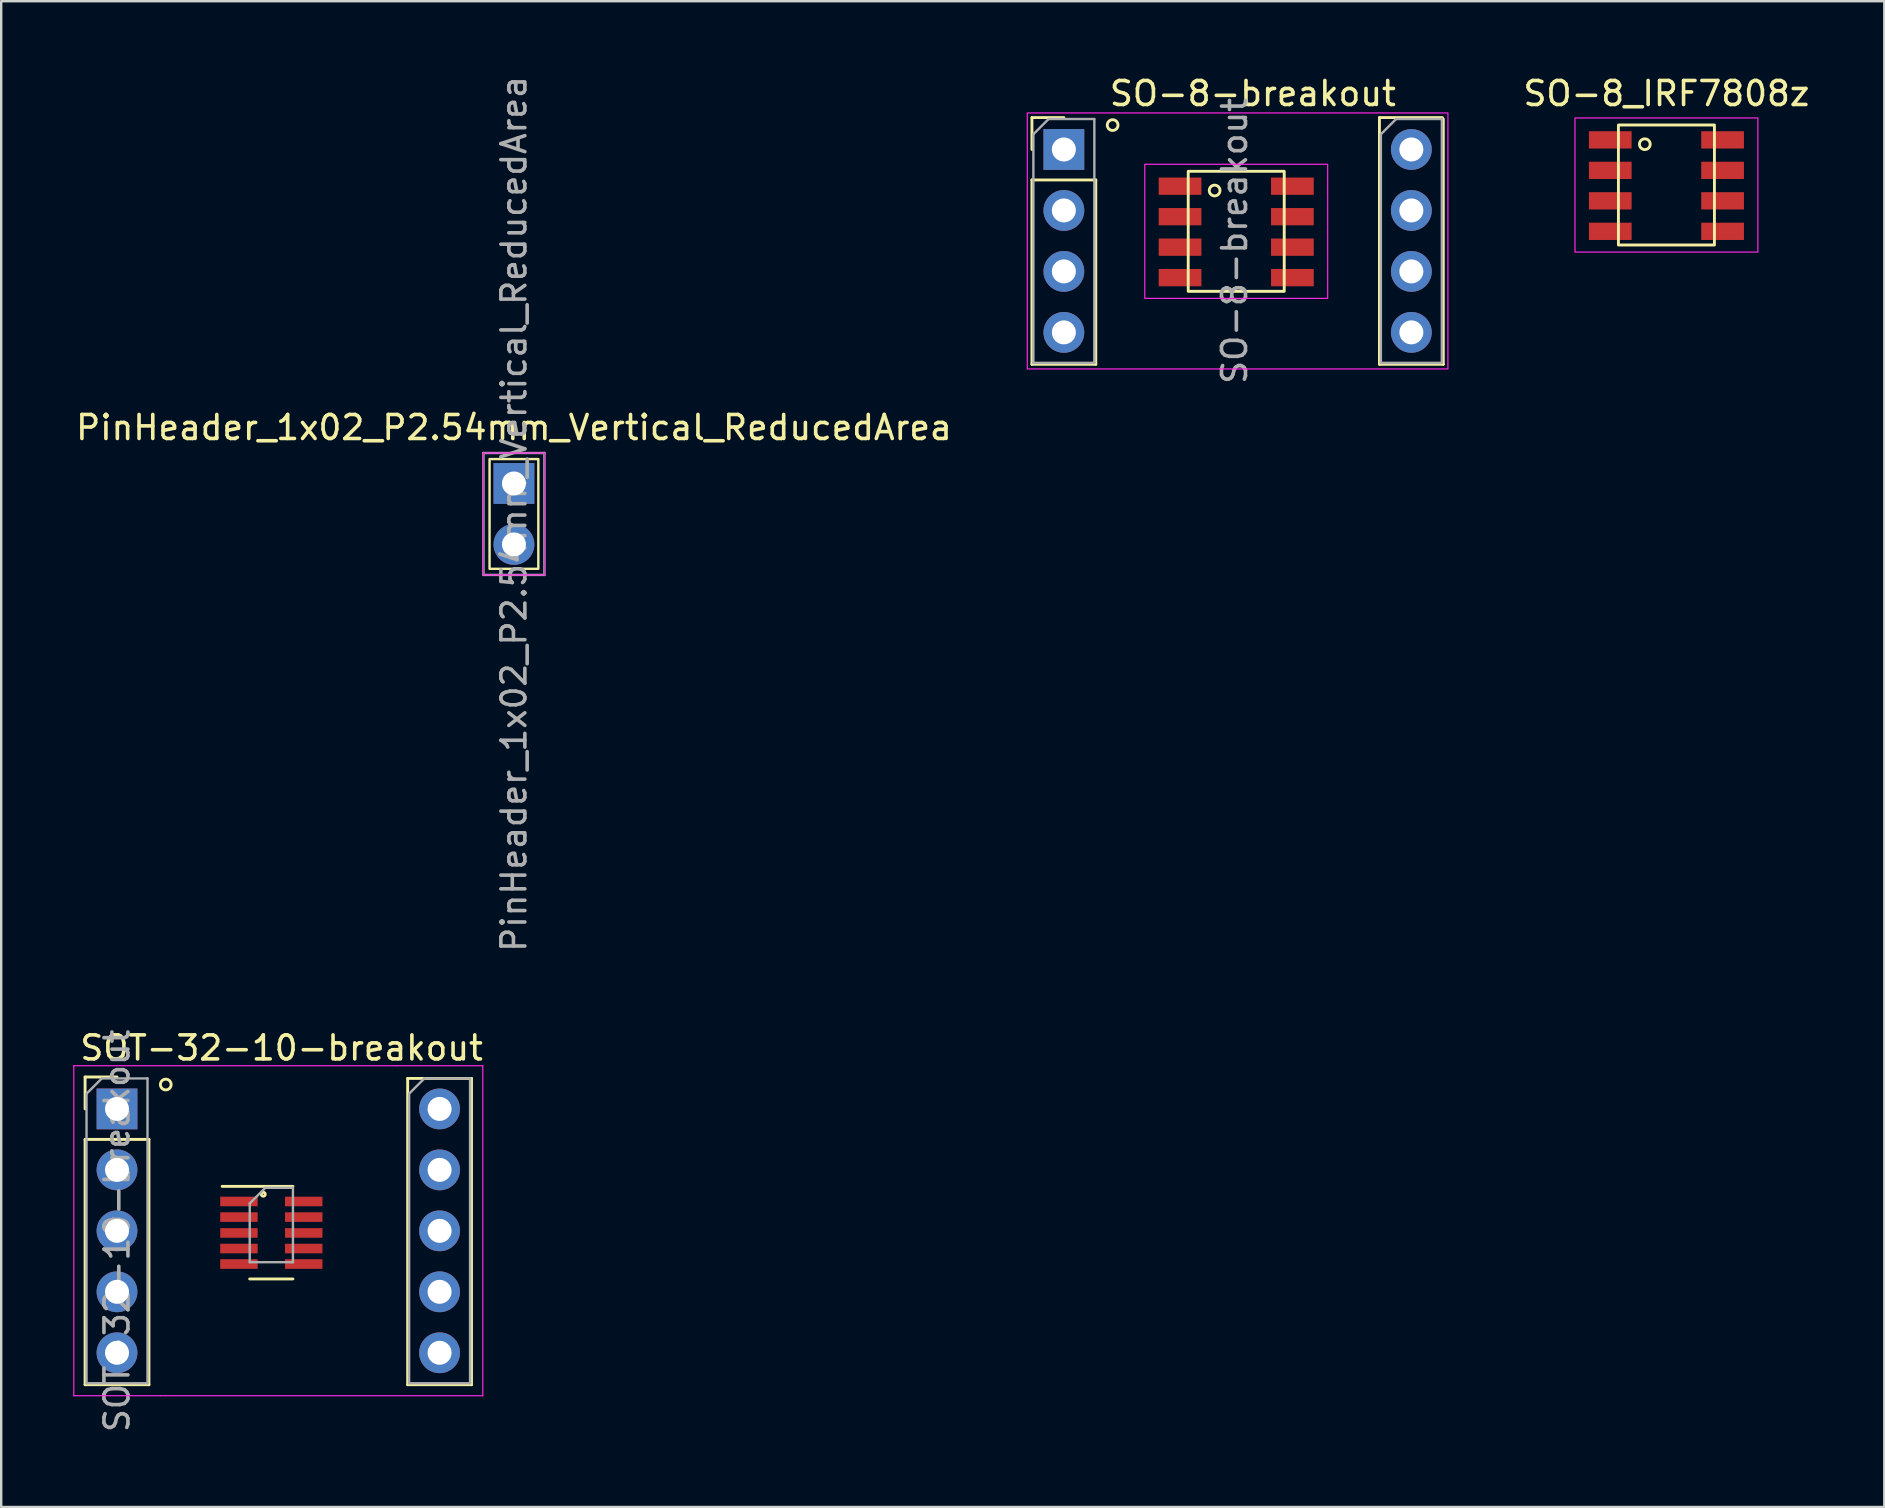
<source format=kicad_pcb>
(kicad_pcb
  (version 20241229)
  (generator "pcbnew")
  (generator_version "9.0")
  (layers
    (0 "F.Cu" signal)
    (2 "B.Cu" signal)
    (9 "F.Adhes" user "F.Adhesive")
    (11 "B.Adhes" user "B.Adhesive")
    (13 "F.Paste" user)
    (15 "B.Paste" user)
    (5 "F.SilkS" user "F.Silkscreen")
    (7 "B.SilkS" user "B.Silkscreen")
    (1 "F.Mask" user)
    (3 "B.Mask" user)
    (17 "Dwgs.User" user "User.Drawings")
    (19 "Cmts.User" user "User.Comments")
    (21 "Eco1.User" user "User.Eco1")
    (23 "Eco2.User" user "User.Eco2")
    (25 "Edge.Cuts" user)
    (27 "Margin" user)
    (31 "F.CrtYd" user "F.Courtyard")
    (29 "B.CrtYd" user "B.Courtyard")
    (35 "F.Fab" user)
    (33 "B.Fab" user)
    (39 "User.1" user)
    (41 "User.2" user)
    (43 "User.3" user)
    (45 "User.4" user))
  (footprint "SO-8_IRF7808z"
    (layer "F.Cu")
    (at 66.38 4.658)
    (property "Reference" "SO-8_IRF7808z" (at 0 -3.81 0) (unlocked yes) (layer "F.SilkS") (effects (font (size 1 1) (thickness 0.15))))
    (attr smd)
    (fp_rect (start -2 -2.5) (end 2 2.5) (stroke (width 0.12) (type solid)) (fill no) (layer "F.SilkS"))
    (fp_circle (center -0.9 -1.7) (end -0.8 -1.5) (stroke (width 0.12) (type solid)) (fill no) (layer "F.SilkS"))
    (fp_rect (start -3.81 2.794) (end 3.81 -2.794) (stroke (width 0.05) (type default)) (fill no) (layer "F.CrtYd"))
    (pad "1" smd rect (at -2.34 -1.88) (size 1.78 0.72) (layers "F.Cu" "F.Mask" "F.Paste"))
    (pad "1" smd rect (at -2.34 -0.61) (size 1.78 0.72) (layers "F.Cu" "F.Mask" "F.Paste"))
    (pad "1" smd rect (at -2.34 0.66) (size 1.78 0.72) (layers "F.Cu" "F.Mask" "F.Paste"))
    (pad "4" smd rect (at -2.34 1.93) (size 1.78 0.72) (layers "F.Cu" "F.Mask" "F.Paste"))
    (pad "5" smd rect (at 2.34 -1.88) (size 1.78 0.72) (layers "F.Cu" "F.Mask" "F.Paste"))
    (pad "5" smd rect (at 2.34 -0.61) (size 1.78 0.72) (layers "F.Cu" "F.Mask" "F.Paste"))
    (pad "5" smd rect (at 2.34 0.66) (size 1.78 0.72) (layers "F.Cu" "F.Mask" "F.Paste"))
    (pad "5" smd rect (at 2.34 1.93) (size 1.78 0.72) (layers "F.Cu" "F.Mask" "F.Paste")))
  (footprint "SOT-32-10-breakout"
    (layer "F.Cu")
    (at 1.825 43.152)
    (property "Reference" "SOT-32-10-breakout" (at 6.858 -2.54 0) (layer "F.SilkS") (effects (font (size 1 1) (thickness 0.15))))
    (attr through_hole)
    (fp_line (start -1.33 -1.33) (end 0 -1.33) (stroke (width 0.12) (type solid)) (layer "F.SilkS"))
    (fp_line (start -1.33 0) (end -1.33 -1.33) (stroke (width 0.12) (type solid)) (layer "F.SilkS"))
    (fp_line (start -1.33 1.27) (end -1.33 11.49) (stroke (width 0.12) (type solid)) (layer "F.SilkS"))
    (fp_line (start -1.33 1.27) (end 1.33 1.27) (stroke (width 0.12) (type solid)) (layer "F.SilkS"))
    (fp_line (start -1.33 11.49) (end 1.33 11.49) (stroke (width 0.12) (type solid)) (layer "F.SilkS"))
    (fp_line (start 1.33 1.27) (end 1.33 11.49) (stroke (width 0.12) (type solid)) (layer "F.SilkS"))
    (fp_line (start 5.528 7.084) (end 7.328 7.084) (stroke (width 0.12) (type solid)) (layer "F.SilkS"))
    (fp_line (start 7.33 3.227) (end 4.38 3.227) (stroke (width 0.12) (type solid)) (layer "F.SilkS"))
    (fp_line (start 12.11 -1.27) (end 12.11 11.49) (stroke (width 0.12) (type solid)) (layer "F.SilkS"))
    (fp_line (start 12.11 -1.27) (end 14.77 -1.27) (stroke (width 0.12) (type solid)) (layer "F.SilkS"))
    (fp_line (start 12.11 11.49) (end 14.77 11.49) (stroke (width 0.12) (type solid)) (layer "F.SilkS"))
    (fp_line (start 14.77 -1.27) (end 14.77 11.49) (stroke (width 0.12) (type solid)) (layer "F.SilkS"))
    (fp_circle (center 2.032 -1.016) (end 2.132 -0.816) (stroke (width 0.12) (type solid)) (fill no) (layer "F.SilkS"))
    (fp_circle (center 6.096 3.556) (end 6.118 3.556) (stroke (width 0.12) (type solid)) (fill no) (layer "F.SilkS"))
    (fp_line (start -1.8 -1.8) (end -1.8 11.95) (stroke (width 0.05) (type solid)) (layer "F.CrtYd"))
    (fp_line (start -1.8 11.95) (end 1.8 11.95) (stroke (width 0.05) (type solid)) (layer "F.CrtYd"))
    (fp_line (start 1.8 11.95) (end 15.24 11.95) (stroke (width 0.05) (type solid)) (layer "F.CrtYd"))
    (fp_line (start 11.64 -1.8) (end -1.8 -1.8) (stroke (width 0.05) (type solid)) (layer "F.CrtYd"))
    (fp_line (start 15.24 -1.8) (end 11.64 -1.8) (stroke (width 0.05) (type solid)) (layer "F.CrtYd"))
    (fp_line (start 15.24 11.95) (end 15.24 -1.8) (stroke (width 0.05) (type solid)) (layer "F.CrtYd"))
    (fp_line (start -1.27 -0.635) (end -0.635 -1.27) (stroke (width 0.1) (type solid)) (layer "F.Fab"))
    (fp_line (start -1.27 11.43) (end -1.27 -0.635) (stroke (width 0.1) (type solid)) (layer "F.Fab"))
    (fp_line (start -0.635 -1.27) (end 1.27 -1.27) (stroke (width 0.1) (type solid)) (layer "F.Fab"))
    (fp_line (start 1.27 -1.27) (end 1.27 11.43) (stroke (width 0.1) (type solid)) (layer "F.Fab"))
    (fp_line (start 1.27 11.43) (end -1.27 11.43) (stroke (width 0.1) (type solid)) (layer "F.Fab"))
    (fp_line (start 5.53 3.937) (end 5.53 6.387) (stroke (width 0.1) (type solid)) (layer "F.Fab"))
    (fp_line (start 5.53 3.937) (end 6.18 3.287) (stroke (width 0.1) (type solid)) (layer "F.Fab"))
    (fp_line (start 7.33 3.287) (end 6.18 3.287) (stroke (width 0.1) (type solid)) (layer "F.Fab"))
    (fp_line (start 7.33 3.287) (end 7.33 6.387) (stroke (width 0.1) (type solid)) (layer "F.Fab"))
    (fp_line (start 7.33 6.387) (end 5.53 6.387) (stroke (width 0.1) (type solid)) (layer "F.Fab"))
    (fp_line (start 12.17 -0.635) (end 12.805 -1.27) (stroke (width 0.1) (type solid)) (layer "F.Fab"))
    (fp_line (start 12.17 11.43) (end 12.17 -0.635) (stroke (width 0.1) (type solid)) (layer "F.Fab"))
    (fp_line (start 12.805 -1.27) (end 14.71 -1.27) (stroke (width 0.1) (type solid)) (layer "F.Fab"))
    (fp_line (start 14.71 -1.27) (end 14.71 11.43) (stroke (width 0.1) (type solid)) (layer "F.Fab"))
    (fp_line (start 14.71 11.43) (end 12.17 11.43) (stroke (width 0.1) (type solid)) (layer "F.Fab"))
    (fp_text user "${REFERENCE}" (at 0 5.08 90) (layer "F.Fab") (effects (font (size 1 1) (thickness 0.15))))
    (pad "1" thru_hole rect (at 0 0) (size 1.7 1.7) (drill 1) (layers "*.Cu" "*.Mask"))
    (pad "1" smd rect (at 5.08 3.857) (size 1.56 0.4) (layers "F.Cu" "F.Mask" "F.Paste"))
    (pad "2" thru_hole oval (at 0 2.54) (size 1.7 1.7) (drill 1) (layers "*.Cu" "*.Mask"))
    (pad "2" smd rect (at 5.08 4.507) (size 1.56 0.4) (layers "F.Cu" "F.Mask" "F.Paste"))
    (pad "3" thru_hole oval (at 0 5.08) (size 1.7 1.7) (drill 1) (layers "*.Cu" "*.Mask"))
    (pad "3" smd rect (at 5.08 5.167) (size 1.56 0.4) (layers "F.Cu" "F.Mask" "F.Paste"))
    (pad "4" thru_hole oval (at 0 7.62) (size 1.7 1.7) (drill 1) (layers "*.Cu" "*.Mask"))
    (pad "4" smd rect (at 5.08 5.817) (size 1.56 0.4) (layers "F.Cu" "F.Mask" "F.Paste"))
    (pad "5" thru_hole oval (at 0 10.16) (size 1.7 1.7) (drill 1) (layers "*.Cu" "*.Mask"))
    (pad "5" smd rect (at 5.08 6.462) (size 1.56 0.4) (layers "F.Cu" "F.Mask" "F.Paste"))
    (pad "6" smd rect (at 7.78 6.462) (size 1.56 0.4) (layers "F.Cu" "F.Mask" "F.Paste"))
    (pad "6" thru_hole oval (at 13.44 10.16) (size 1.7 1.7) (drill 1) (layers "*.Cu" "*.Mask"))
    (pad "7" smd rect (at 7.78 5.817) (size 1.56 0.4) (layers "F.Cu" "F.Mask" "F.Paste"))
    (pad "7" thru_hole oval (at 13.44 7.62) (size 1.7 1.7) (drill 1) (layers "*.Cu" "*.Mask"))
    (pad "8" smd rect (at 7.78 5.167) (size 1.56 0.4) (layers "F.Cu" "F.Mask" "F.Paste"))
    (pad "8" thru_hole oval (at 13.44 5.08) (size 1.7 1.7) (drill 1) (layers "*.Cu" "*.Mask"))
    (pad "9" smd rect (at 7.78 4.507) (size 1.56 0.4) (layers "F.Cu" "F.Mask" "F.Paste"))
    (pad "9" thru_hole oval (at 13.44 2.54) (size 1.7 1.7) (drill 1) (layers "*.Cu" "*.Mask"))
    (pad "10" smd rect (at 7.78 3.857) (size 1.56 0.4) (layers "F.Cu" "F.Mask" "F.Paste"))
    (pad "10" thru_hole circle (at 13.44 0) (size 1.7 1.7) (drill 1) (layers "*.Cu" "*.Mask")))
  (footprint "PinHeader_1x02_P2.54mm_Vertical_ReducedArea"
    (layer "F.Cu")
    (at 18.363 17.093)
    (property "Reference" "PinHeader_1x02_P2.54mm_Vertical_ReducedArea" (at 0 -2.33 0) (layer "F.SilkS") (effects (font (size 1 1) (thickness 0.15))))
    (attr through_hole)
    (fp_rect (start -1.016 -1.016) (end 1.016 3.556) (stroke (width 0.1) (type default)) (fill no) (layer "F.SilkS"))
    (fp_line (start -1.27 -1.27) (end -1.27 3.81) (stroke (width 0.05) (type solid)) (layer "F.CrtYd"))
    (fp_line (start -1.27 -1.27) (end 1.27 -1.27) (stroke (width 0.05) (type solid)) (layer "F.CrtYd"))
    (fp_line (start -1.27 3.81) (end 1.27 3.81) (stroke (width 0.05) (type solid)) (layer "F.CrtYd"))
    (fp_line (start 1.27 -1.27) (end 1.27 3.81) (stroke (width 0.05) (type solid)) (layer "F.CrtYd"))
    (fp_line (start -1.27 -1.27) (end -1.27 3.81) (stroke (width 0.1) (type solid)) (layer "F.Fab"))
    (fp_line (start 1.27 -1.27) (end -1.27 -1.27) (stroke (width 0.1) (type solid)) (layer "F.Fab"))
    (fp_line (start 1.27 3.81) (end -1.27 3.81) (stroke (width 0.1) (type solid)) (layer "F.Fab"))
    (fp_line (start 1.27 3.81) (end 1.27 -1.27) (stroke (width 0.1) (type solid)) (layer "F.Fab"))
    (fp_text user "${REFERENCE}" (at 0 1.27 90) (layer "F.Fab") (effects (font (size 1 1) (thickness 0.15))))
    (pad "1" thru_hole rect (at 0 0) (size 1.7 1.7) (drill 1) (layers "*.Cu" "*.Mask"))
    (pad "2" thru_hole oval (at 0 2.54) (size 1.7 1.7) (drill 1) (layers "*.Cu" "*.Mask")))
  (footprint "SO-8-breakout"
    (layer "F.Cu")
    (at 41.275 3.178)
    (property "Reference" "SO-8-breakout" (at 7.874 -2.33 0) (layer "F.SilkS") (effects (font (size 1 1) (thickness 0.15))))
    (attr through_hole)
    (fp_line (start -1.33 -1.33) (end 0 -1.33) (stroke (width 0.12) (type solid)) (layer "F.SilkS"))
    (fp_line (start -1.33 0) (end -1.33 -1.33) (stroke (width 0.12) (type solid)) (layer "F.SilkS"))
    (fp_line (start -1.33 1.27) (end -1.33 8.95) (stroke (width 0.12) (type solid)) (layer "F.SilkS"))
    (fp_line (start -1.33 1.27) (end 1.33 1.27) (stroke (width 0.12) (type solid)) (layer "F.SilkS"))
    (fp_line (start -1.33 8.95) (end 1.33 8.95) (stroke (width 0.12) (type solid)) (layer "F.SilkS"))
    (fp_line (start 1.33 1.27) (end 1.33 8.95) (stroke (width 0.12) (type solid)) (layer "F.SilkS"))
    (fp_line (start 13.148 -1.33) (end 13.148 8.95) (stroke (width 0.12) (type solid)) (layer "F.SilkS"))
    (fp_line (start 13.148 -1.33) (end 15.77 -1.33) (stroke (width 0.12) (type solid)) (layer "F.SilkS"))
    (fp_line (start 13.148 8.95) (end 15.808 8.95) (stroke (width 0.12) (type solid)) (layer "F.SilkS"))
    (fp_line (start 15.808 -1.27) (end 15.808 8.95) (stroke (width 0.12) (type solid)) (layer "F.SilkS"))
    (fp_rect (start 5.181 0.91) (end 9.181 5.91) (stroke (width 0.12) (type solid)) (fill no) (layer "F.SilkS"))
    (fp_circle (center 2.032 -1.016) (end 2.132 -0.816) (stroke (width 0.12) (type solid)) (fill no) (layer "F.SilkS"))
    (fp_circle (center 6.281 1.71) (end 6.381 1.91) (stroke (width 0.12) (type solid)) (fill no) (layer "F.SilkS"))
    (fp_rect (start -1.524 -1.524) (end 16.002 9.144) (stroke (width 0.05) (type default)) (fill no) (layer "F.CrtYd"))
    (fp_rect (start 3.371 6.204) (end 10.991 0.616) (stroke (width 0.05) (type default)) (fill no) (layer "F.CrtYd"))
    (fp_line (start -1.27 -0.635) (end -0.635 -1.27) (stroke (width 0.1) (type solid)) (layer "F.Fab"))
    (fp_line (start -1.27 8.89) (end -1.27 -0.635) (stroke (width 0.1) (type solid)) (layer "F.Fab"))
    (fp_line (start -0.635 -1.27) (end 1.27 -1.27) (stroke (width 0.1) (type solid)) (layer "F.Fab"))
    (fp_line (start 1.27 -1.27) (end 1.27 8.89) (stroke (width 0.1) (type solid)) (layer "F.Fab"))
    (fp_line (start 1.27 8.89) (end -1.27 8.89) (stroke (width 0.1) (type solid)) (layer "F.Fab"))
    (fp_line (start 13.208 -0.635) (end 13.843 -1.27) (stroke (width 0.1) (type solid)) (layer "F.Fab"))
    (fp_line (start 13.208 8.89) (end 13.208 -0.635) (stroke (width 0.1) (type solid)) (layer "F.Fab"))
    (fp_line (start 13.843 -1.27) (end 15.748 -1.27) (stroke (width 0.1) (type solid)) (layer "F.Fab"))
    (fp_line (start 15.748 -1.27) (end 15.748 8.89) (stroke (width 0.1) (type solid)) (layer "F.Fab"))
    (fp_line (start 15.748 8.89) (end 13.208 8.89) (stroke (width 0.1) (type solid)) (layer "F.Fab"))
    (fp_text user "${REFERENCE}" (at 7.112 3.81 90) (layer "F.Fab") (effects (font (size 1 1) (thickness 0.15))))
    (pad "1" thru_hole rect (at 0 0) (size 1.7 1.7) (drill 1) (layers "*.Cu" "*.Mask"))
    (pad "1" smd rect (at 4.841 1.53) (size 1.78 0.72) (layers "F.Cu" "F.Mask" "F.Paste"))
    (pad "2" thru_hole oval (at 0 2.54) (size 1.7 1.7) (drill 1) (layers "*.Cu" "*.Mask"))
    (pad "2" smd rect (at 4.841 2.8) (size 1.78 0.72) (layers "F.Cu" "F.Mask" "F.Paste"))
    (pad "3" thru_hole oval (at 0 5.08) (size 1.7 1.7) (drill 1) (layers "*.Cu" "*.Mask"))
    (pad "3" smd rect (at 4.841 4.07) (size 1.78 0.72) (layers "F.Cu" "F.Mask" "F.Paste"))
    (pad "4" thru_hole oval (at 0 7.62) (size 1.7 1.7) (drill 1) (layers "*.Cu" "*.Mask"))
    (pad "4" smd rect (at 4.841 5.34) (size 1.78 0.72) (layers "F.Cu" "F.Mask" "F.Paste"))
    (pad "5" smd rect (at 9.521 5.34) (size 1.78 0.72) (layers "F.Cu" "F.Mask" "F.Paste"))
    (pad "5" thru_hole oval (at 14.478 7.62) (size 1.7 1.7) (drill 1) (layers "*.Cu" "*.Mask"))
    (pad "6" smd rect (at 9.521 4.07) (size 1.78 0.72) (layers "F.Cu" "F.Mask" "F.Paste"))
    (pad "6" thru_hole oval (at 14.478 5.08) (size 1.7 1.7) (drill 1) (layers "*.Cu" "*.Mask"))
    (pad "7" smd rect (at 9.521 2.8) (size 1.78 0.72) (layers "F.Cu" "F.Mask" "F.Paste"))
    (pad "7" thru_hole oval (at 14.478 2.54) (size 1.7 1.7) (drill 1) (layers "*.Cu" "*.Mask"))
    (pad "8" smd rect (at 9.521 1.53) (size 1.78 0.72) (layers "F.Cu" "F.Mask" "F.Paste"))
    (pad "8" thru_hole oval (at 14.478 0) (size 1.7 1.7) (drill 1) (layers "*.Cu" "*.Mask")))
  (gr_rect
    (start -3 -3)
    (end 75.457 59.738)
    (stroke (width 0.1) (type default))
    (fill no)
    (layer "Edge.Cuts")))
</source>
